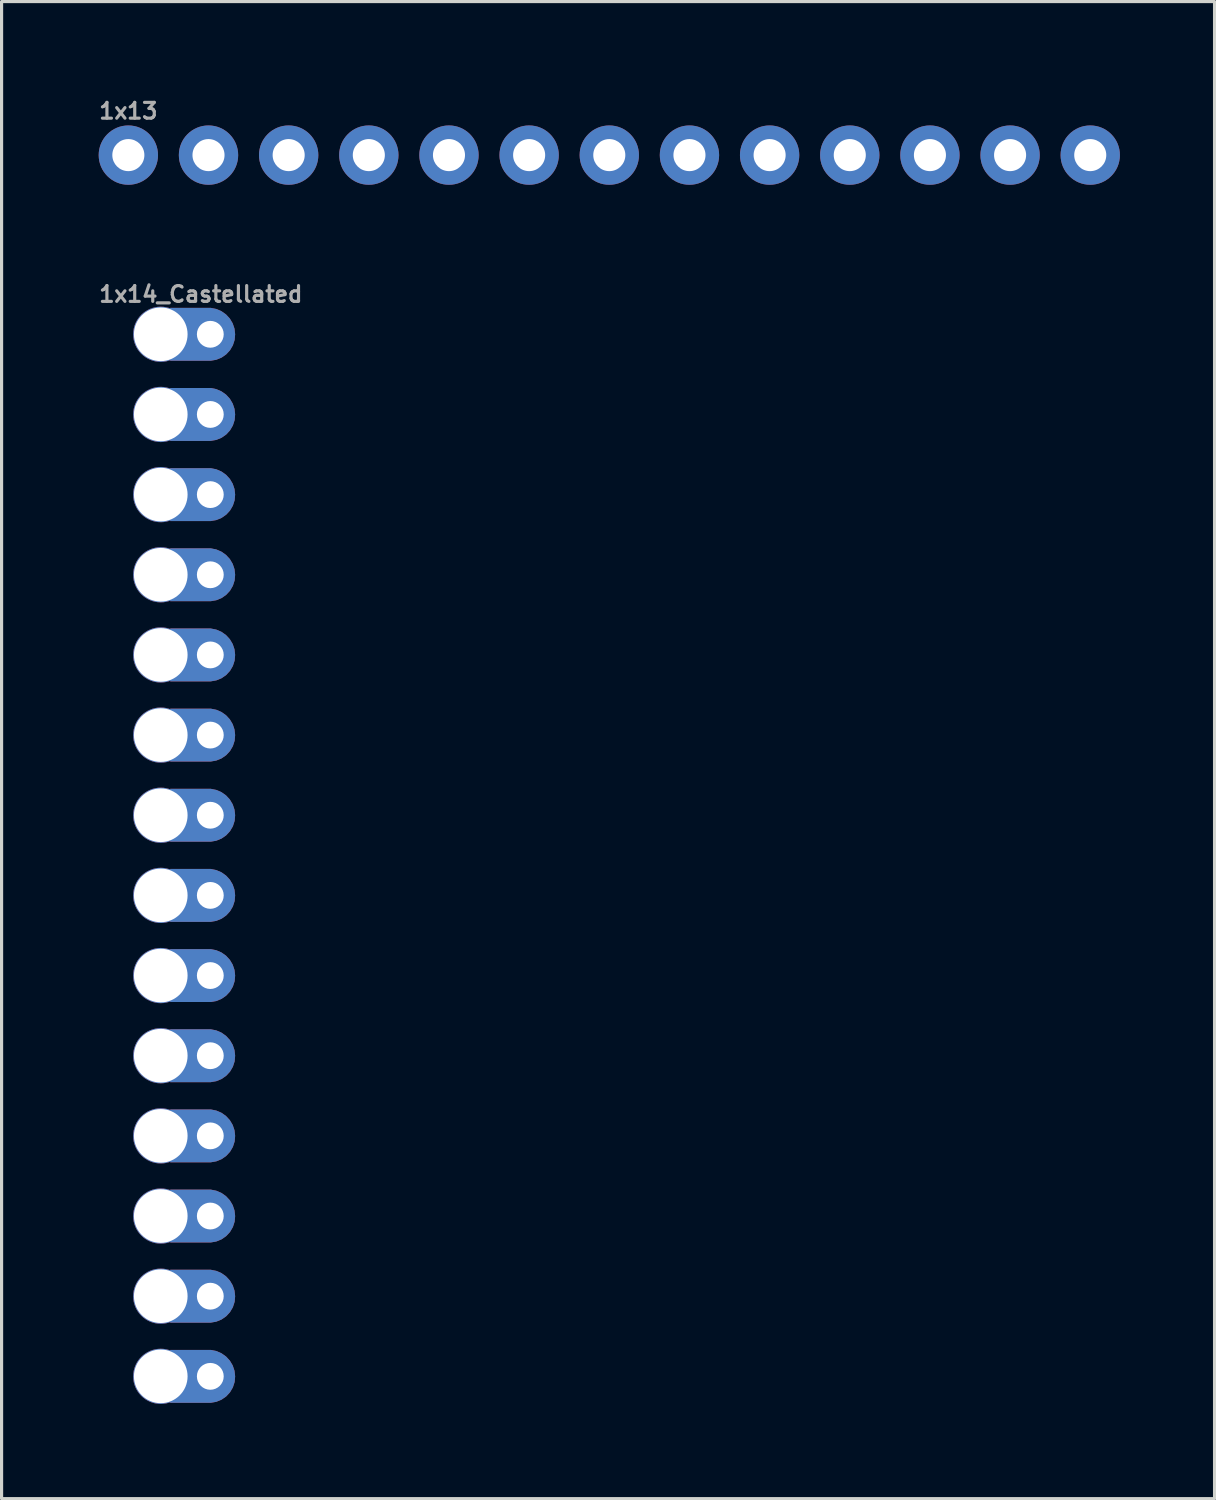
<source format=kicad_pcb>
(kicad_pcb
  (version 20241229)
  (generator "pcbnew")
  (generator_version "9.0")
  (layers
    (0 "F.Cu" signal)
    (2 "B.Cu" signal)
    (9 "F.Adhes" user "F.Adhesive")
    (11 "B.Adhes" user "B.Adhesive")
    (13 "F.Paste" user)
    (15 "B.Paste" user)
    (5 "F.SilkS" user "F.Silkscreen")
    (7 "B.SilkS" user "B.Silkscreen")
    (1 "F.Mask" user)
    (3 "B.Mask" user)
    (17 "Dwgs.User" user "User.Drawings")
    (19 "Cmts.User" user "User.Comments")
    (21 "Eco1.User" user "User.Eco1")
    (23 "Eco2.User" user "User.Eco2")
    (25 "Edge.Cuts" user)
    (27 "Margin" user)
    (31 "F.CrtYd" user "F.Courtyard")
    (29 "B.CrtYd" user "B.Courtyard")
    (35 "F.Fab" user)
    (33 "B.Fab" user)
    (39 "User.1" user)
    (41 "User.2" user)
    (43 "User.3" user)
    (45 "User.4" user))
  (footprint "1x14_Castellated"
    (layer "F.Cu")
    (at 3.314 40.563)
    (property "Reference" "1x14_Castellated" (at 0 -34.29 180) (layer "F.Fab") (effects (font (size 0.5 0.5) (thickness 0.1))))
    (fp_poly (pts (xy 0.554 -32.766) (xy 0.554 -33.274) (xy 0.046 -33.274) (xy 0.046 -32.766)) (stroke (width 0.1) (type default)) (fill no) (layer "F.Fab"))
    (fp_poly (pts (xy 0.554 -30.226) (xy 0.554 -30.734) (xy 0.046 -30.734) (xy 0.046 -30.226)) (stroke (width 0.1) (type default)) (fill no) (layer "F.Fab"))
    (fp_poly (pts (xy 0.554 -27.686) (xy 0.554 -28.194) (xy 0.046 -28.194) (xy 0.046 -27.686)) (stroke (width 0.1) (type default)) (fill no) (layer "F.Fab"))
    (fp_poly (pts (xy 0.554 -25.146) (xy 0.554 -25.654) (xy 0.046 -25.654) (xy 0.046 -25.146)) (stroke (width 0.1) (type default)) (fill no) (layer "F.Fab"))
    (fp_poly (pts (xy 0.554 -22.606) (xy 0.554 -23.114) (xy 0.046 -23.114) (xy 0.046 -22.606)) (stroke (width 0.1) (type default)) (fill no) (layer "F.Fab"))
    (fp_poly (pts (xy 0.554 -20.066) (xy 0.554 -20.574) (xy 0.046 -20.574) (xy 0.046 -20.066)) (stroke (width 0.1) (type default)) (fill no) (layer "F.Fab"))
    (fp_poly (pts (xy 0.554 -17.526) (xy 0.554 -18.034) (xy 0.046 -18.034) (xy 0.046 -17.526)) (stroke (width 0.1) (type default)) (fill no) (layer "F.Fab"))
    (fp_poly (pts (xy 0.554 -14.986) (xy 0.554 -15.494) (xy 0.046 -15.494) (xy 0.046 -14.986)) (stroke (width 0.1) (type default)) (fill no) (layer "F.Fab"))
    (fp_poly (pts (xy 0.554 -12.446) (xy 0.554 -12.954) (xy 0.046 -12.954) (xy 0.046 -12.446)) (stroke (width 0.1) (type default)) (fill no) (layer "F.Fab"))
    (fp_poly (pts (xy 0.554 -9.906) (xy 0.554 -10.414) (xy 0.046 -10.414) (xy 0.046 -9.906)) (stroke (width 0.1) (type default)) (fill no) (layer "F.Fab"))
    (fp_poly (pts (xy 0.554 -7.366) (xy 0.554 -7.874) (xy 0.046 -7.874) (xy 0.046 -7.366)) (stroke (width 0.1) (type default)) (fill no) (layer "F.Fab"))
    (fp_poly (pts (xy 0.554 -4.826) (xy 0.554 -5.334) (xy 0.046 -5.334) (xy 0.046 -4.826)) (stroke (width 0.1) (type default)) (fill no) (layer "F.Fab"))
    (fp_poly (pts (xy 0.554 -2.286) (xy 0.554 -2.794) (xy 0.046 -2.794) (xy 0.046 -2.286)) (stroke (width 0.1) (type default)) (fill no) (layer "F.Fab"))
    (fp_poly (pts (xy 0.554 0.254) (xy 0.554 -0.254) (xy 0.046 -0.254) (xy 0.046 0.254)) (stroke (width 0.1) (type default)) (fill no) (layer "F.Fab"))
    (pad "1" thru_hole custom (at 0.3 0 180) (size 1.016 1.016) (drill 0.85) (layers "*.Cu" "*.Mask") (options (anchor circle)) (primitives (gr_poly (pts (xy -0.189 0.803) (xy -0.352 0.733) (xy -0.498 0.63) (xy -0.619 0.499) (xy -0.71 0.346) (xy -0.767 0.177) (xy -0.787 0.001) (xy -0.787 -0.001) (xy -0.771 -0.179) (xy -0.716 -0.349) (xy -0.625 -0.505) (xy -0.504 -0.636) (xy -0.356 -0.739) (xy -0.19 -0.807) (xy -0.014 -0.838) (xy 1.27 -0.838) (xy 1.27 0.838) (xy -0.014 0.838)) (width 0) (fill yes))))
    (pad "1B" thru_hole circle (at -1.27 0) (size 1.75 1.75) (drill 1.7) (layers "*.Cu" "*.Mask"))
    (pad "2" thru_hole custom (at 0.3 -2.54 180) (size 1.016 1.016) (drill 0.85) (layers "*.Cu" "*.Mask") (options (anchor circle)) (primitives (gr_poly (pts (xy -0.189 0.803) (xy -0.352 0.733) (xy -0.498 0.63) (xy -0.619 0.499) (xy -0.71 0.346) (xy -0.767 0.177) (xy -0.787 0.001) (xy -0.787 -0.001) (xy -0.771 -0.179) (xy -0.716 -0.349) (xy -0.625 -0.505) (xy -0.504 -0.636) (xy -0.356 -0.739) (xy -0.19 -0.807) (xy -0.014 -0.838) (xy 1.27 -0.838) (xy 1.27 0.838) (xy -0.014 0.838)) (width 0) (fill yes))))
    (pad "2B" thru_hole circle (at -1.27 -2.54) (size 1.75 1.75) (drill 1.7) (layers "*.Cu" "*.Mask"))
    (pad "3" thru_hole custom (at 0.3 -5.08 180) (size 1.016 1.016) (drill 0.85) (layers "*.Cu" "*.Mask") (options (anchor circle)) (primitives (gr_poly (pts (xy -0.189 0.803) (xy -0.352 0.733) (xy -0.498 0.63) (xy -0.619 0.499) (xy -0.71 0.346) (xy -0.767 0.177) (xy -0.787 0.001) (xy -0.787 -0.001) (xy -0.771 -0.179) (xy -0.716 -0.349) (xy -0.625 -0.505) (xy -0.504 -0.636) (xy -0.356 -0.739) (xy -0.19 -0.807) (xy -0.014 -0.838) (xy 1.27 -0.838) (xy 1.27 0.838) (xy -0.014 0.838)) (width 0) (fill yes))))
    (pad "3B" thru_hole circle (at -1.27 -5.08) (size 1.75 1.75) (drill 1.7) (layers "*.Cu" "*.Mask"))
    (pad "4" thru_hole custom (at 0.3 -7.62 180) (size 1.016 1.016) (drill 0.85) (layers "*.Cu" "*.Mask") (options (anchor circle)) (primitives (gr_poly (pts (xy -0.189 0.803) (xy -0.352 0.733) (xy -0.498 0.63) (xy -0.619 0.499) (xy -0.71 0.346) (xy -0.767 0.177) (xy -0.787 0.001) (xy -0.787 -0.001) (xy -0.771 -0.179) (xy -0.716 -0.349) (xy -0.625 -0.505) (xy -0.504 -0.636) (xy -0.356 -0.739) (xy -0.19 -0.807) (xy -0.014 -0.838) (xy 1.27 -0.838) (xy 1.27 0.838) (xy -0.014 0.838)) (width 0) (fill yes))))
    (pad "4B" thru_hole circle (at -1.27 -7.62) (size 1.75 1.75) (drill 1.7) (layers "*.Cu" "*.Mask"))
    (pad "5" thru_hole custom (at 0.3 -10.16 180) (size 1.016 1.016) (drill 0.85) (layers "*.Cu" "*.Mask") (options (anchor circle)) (primitives (gr_poly (pts (xy -0.189 0.803) (xy -0.352 0.733) (xy -0.498 0.63) (xy -0.619 0.499) (xy -0.71 0.346) (xy -0.767 0.177) (xy -0.787 0.001) (xy -0.787 -0.001) (xy -0.771 -0.179) (xy -0.716 -0.349) (xy -0.625 -0.505) (xy -0.504 -0.636) (xy -0.356 -0.739) (xy -0.19 -0.807) (xy -0.014 -0.838) (xy 1.27 -0.838) (xy 1.27 0.838) (xy -0.014 0.838)) (width 0) (fill yes))))
    (pad "5B" thru_hole circle (at -1.27 -10.16) (size 1.75 1.75) (drill 1.7) (layers "*.Cu" "*.Mask"))
    (pad "6" thru_hole custom (at 0.3 -12.7 180) (size 1.016 1.016) (drill 0.85) (layers "*.Cu" "*.Mask") (options (anchor circle)) (primitives (gr_poly (pts (xy -0.189 0.803) (xy -0.352 0.733) (xy -0.498 0.63) (xy -0.619 0.499) (xy -0.71 0.346) (xy -0.767 0.177) (xy -0.787 0.001) (xy -0.787 -0.001) (xy -0.771 -0.179) (xy -0.716 -0.349) (xy -0.625 -0.505) (xy -0.504 -0.636) (xy -0.356 -0.739) (xy -0.19 -0.807) (xy -0.014 -0.838) (xy 1.27 -0.838) (xy 1.27 0.838) (xy -0.014 0.838)) (width 0) (fill yes))))
    (pad "6B" thru_hole circle (at -1.27 -12.7) (size 1.75 1.75) (drill 1.7) (layers "*.Cu" "*.Mask"))
    (pad "7" thru_hole custom (at 0.3 -15.24 180) (size 1.016 1.016) (drill 0.85) (layers "*.Cu" "*.Mask") (options (anchor circle)) (primitives (gr_poly (pts (xy -0.189 0.803) (xy -0.352 0.733) (xy -0.498 0.63) (xy -0.619 0.499) (xy -0.71 0.346) (xy -0.767 0.177) (xy -0.787 0.001) (xy -0.787 -0.001) (xy -0.771 -0.179) (xy -0.716 -0.349) (xy -0.625 -0.505) (xy -0.504 -0.636) (xy -0.356 -0.739) (xy -0.19 -0.807) (xy -0.014 -0.838) (xy 1.27 -0.838) (xy 1.27 0.838) (xy -0.014 0.838)) (width 0) (fill yes))))
    (pad "7B" thru_hole circle (at -1.27 -15.24) (size 1.75 1.75) (drill 1.7) (layers "*.Cu" "*.Mask"))
    (pad "8" thru_hole custom (at 0.3 -17.78 180) (size 1.016 1.016) (drill 0.85) (layers "*.Cu" "*.Mask") (options (anchor circle)) (primitives (gr_poly (pts (xy -0.189 0.803) (xy -0.352 0.733) (xy -0.498 0.63) (xy -0.619 0.499) (xy -0.71 0.346) (xy -0.767 0.177) (xy -0.787 0.001) (xy -0.787 -0.001) (xy -0.771 -0.179) (xy -0.716 -0.349) (xy -0.625 -0.505) (xy -0.504 -0.636) (xy -0.356 -0.739) (xy -0.19 -0.807) (xy -0.014 -0.838) (xy 1.27 -0.838) (xy 1.27 0.838) (xy -0.014 0.838)) (width 0) (fill yes))))
    (pad "8B" thru_hole circle (at -1.27 -17.78) (size 1.75 1.75) (drill 1.7) (layers "*.Cu" "*.Mask"))
    (pad "9" thru_hole custom (at 0.3 -20.32 180) (size 1.016 1.016) (drill 0.85) (layers "*.Cu" "*.Mask") (options (anchor circle)) (primitives (gr_poly (pts (xy -0.189 0.803) (xy -0.352 0.733) (xy -0.498 0.63) (xy -0.619 0.499) (xy -0.71 0.346) (xy -0.767 0.177) (xy -0.787 0.001) (xy -0.787 -0.001) (xy -0.771 -0.179) (xy -0.716 -0.349) (xy -0.625 -0.505) (xy -0.504 -0.636) (xy -0.356 -0.739) (xy -0.19 -0.807) (xy -0.014 -0.838) (xy 1.27 -0.838) (xy 1.27 0.838) (xy -0.014 0.838)) (width 0) (fill yes))))
    (pad "9B" thru_hole circle (at -1.27 -20.32) (size 1.75 1.75) (drill 1.7) (layers "*.Cu" "*.Mask"))
    (pad "10" thru_hole custom (at 0.3 -22.86 180) (size 1.016 1.016) (drill 0.85) (layers "*.Cu" "*.Mask") (options (anchor circle)) (primitives (gr_poly (pts (xy -0.189 0.803) (xy -0.352 0.733) (xy -0.498 0.63) (xy -0.619 0.499) (xy -0.71 0.346) (xy -0.767 0.177) (xy -0.787 0.001) (xy -0.787 -0.001) (xy -0.771 -0.179) (xy -0.716 -0.349) (xy -0.625 -0.505) (xy -0.504 -0.636) (xy -0.356 -0.739) (xy -0.19 -0.807) (xy -0.014 -0.838) (xy 1.27 -0.838) (xy 1.27 0.838) (xy -0.014 0.838)) (width 0) (fill yes))))
    (pad "10B" thru_hole circle (at -1.27 -22.86) (size 1.75 1.75) (drill 1.7) (layers "*.Cu" "*.Mask"))
    (pad "11" thru_hole custom (at 0.3 -25.4 180) (size 1.016 1.016) (drill 0.85) (layers "*.Cu" "*.Mask") (options (anchor circle)) (primitives (gr_poly (pts (xy -0.189 0.803) (xy -0.352 0.733) (xy -0.498 0.63) (xy -0.619 0.499) (xy -0.71 0.346) (xy -0.767 0.177) (xy -0.787 0.001) (xy -0.787 -0.001) (xy -0.771 -0.179) (xy -0.716 -0.349) (xy -0.625 -0.505) (xy -0.504 -0.636) (xy -0.356 -0.739) (xy -0.19 -0.807) (xy -0.014 -0.838) (xy 1.27 -0.838) (xy 1.27 0.838) (xy -0.014 0.838)) (width 0) (fill yes))))
    (pad "11B" thru_hole circle (at -1.27 -25.4) (size 1.75 1.75) (drill 1.7) (layers "*.Cu" "*.Mask"))
    (pad "12" thru_hole custom (at 0.3 -27.94 180) (size 1.016 1.016) (drill 0.85) (layers "*.Cu" "*.Mask") (options (anchor circle)) (primitives (gr_poly (pts (xy -0.189 0.803) (xy -0.352 0.733) (xy -0.498 0.63) (xy -0.619 0.499) (xy -0.71 0.346) (xy -0.767 0.177) (xy -0.787 0.001) (xy -0.787 -0.001) (xy -0.771 -0.179) (xy -0.716 -0.349) (xy -0.625 -0.505) (xy -0.504 -0.636) (xy -0.356 -0.739) (xy -0.19 -0.807) (xy -0.014 -0.838) (xy 1.27 -0.838) (xy 1.27 0.838) (xy -0.014 0.838)) (width 0) (fill yes))))
    (pad "12B" thru_hole circle (at -1.27 -27.94) (size 1.75 1.75) (drill 1.7) (layers "*.Cu" "*.Mask"))
    (pad "13" thru_hole custom (at 0.3 -30.48 180) (size 1.016 1.016) (drill 0.85) (layers "*.Cu" "*.Mask") (options (anchor circle)) (primitives (gr_poly (pts (xy -0.189 0.803) (xy -0.352 0.733) (xy -0.498 0.63) (xy -0.619 0.499) (xy -0.71 0.346) (xy -0.767 0.177) (xy -0.787 0.001) (xy -0.787 -0.001) (xy -0.771 -0.179) (xy -0.716 -0.349) (xy -0.625 -0.505) (xy -0.504 -0.636) (xy -0.356 -0.739) (xy -0.19 -0.807) (xy -0.014 -0.838) (xy 1.27 -0.838) (xy 1.27 0.838) (xy -0.014 0.838)) (width 0) (fill yes))))
    (pad "13B" thru_hole circle (at -1.27 -30.48) (size 1.75 1.75) (drill 1.7) (layers "*.Cu" "*.Mask"))
    (pad "14" thru_hole custom (at 0.3 -33.02 180) (size 1.016 1.016) (drill 0.85) (layers "*.Cu" "*.Mask") (options (anchor circle)) (primitives (gr_poly (pts (xy -0.189 0.803) (xy -0.352 0.733) (xy -0.498 0.63) (xy -0.619 0.499) (xy -0.71 0.346) (xy -0.767 0.177) (xy -0.787 0.001) (xy -0.787 -0.001) (xy -0.771 -0.179) (xy -0.716 -0.349) (xy -0.625 -0.505) (xy -0.504 -0.636) (xy -0.356 -0.739) (xy -0.19 -0.807) (xy -0.014 -0.838) (xy 1.27 -0.838) (xy 1.27 0.838) (xy -0.014 0.838)) (width 0) (fill yes))))
    (pad "14B" thru_hole circle (at -1.27 -33.02) (size 1.75 1.75) (drill 1.7) (layers "*.Cu" "*.Mask")))
  (footprint "1x13"
    (layer "F.Cu")
    (at 1.017 1.865)
    (property "Reference" "1x13" (at 0 -1.397 0) (layer "F.Fab") (effects (font (size 0.5 0.5) (thickness 0.1))))
    (fp_poly (pts (xy -0.254 0.254) (xy 0.254 0.254) (xy 0.254 -0.254) (xy -0.254 -0.254)) (stroke (width 0.1) (type default)) (fill no) (layer "F.Fab"))
    (fp_poly (pts (xy 2.286 0.254) (xy 2.794 0.254) (xy 2.794 -0.254) (xy 2.286 -0.254)) (stroke (width 0.1) (type default)) (fill no) (layer "F.Fab"))
    (fp_poly (pts (xy 4.826 0.254) (xy 5.334 0.254) (xy 5.334 -0.254) (xy 4.826 -0.254)) (stroke (width 0.1) (type default)) (fill no) (layer "F.Fab"))
    (fp_poly (pts (xy 7.366 0.254) (xy 7.874 0.254) (xy 7.874 -0.254) (xy 7.366 -0.254)) (stroke (width 0.1) (type default)) (fill no) (layer "F.Fab"))
    (fp_poly (pts (xy 9.906 0.254) (xy 10.414 0.254) (xy 10.414 -0.254) (xy 9.906 -0.254)) (stroke (width 0.1) (type default)) (fill no) (layer "F.Fab"))
    (fp_poly (pts (xy 12.446 0.254) (xy 12.954 0.254) (xy 12.954 -0.254) (xy 12.446 -0.254)) (stroke (width 0.1) (type default)) (fill no) (layer "F.Fab"))
    (fp_poly (pts (xy 14.986 0.254) (xy 15.494 0.254) (xy 15.494 -0.254) (xy 14.986 -0.254)) (stroke (width 0.1) (type default)) (fill no) (layer "F.Fab"))
    (fp_poly (pts (xy 17.526 0.254) (xy 18.034 0.254) (xy 18.034 -0.254) (xy 17.526 -0.254)) (stroke (width 0.1) (type default)) (fill no) (layer "F.Fab"))
    (fp_poly (pts (xy 20.066 0.254) (xy 20.574 0.254) (xy 20.574 -0.254) (xy 20.066 -0.254)) (stroke (width 0.1) (type default)) (fill no) (layer "F.Fab"))
    (fp_poly (pts (xy 22.606 0.254) (xy 23.114 0.254) (xy 23.114 -0.254) (xy 22.606 -0.254)) (stroke (width 0.1) (type default)) (fill no) (layer "F.Fab"))
    (fp_poly (pts (xy 25.146 0.254) (xy 25.654 0.254) (xy 25.654 -0.254) (xy 25.146 -0.254)) (stroke (width 0.1) (type default)) (fill no) (layer "F.Fab"))
    (fp_poly (pts (xy 27.686 0.254) (xy 28.194 0.254) (xy 28.194 -0.254) (xy 27.686 -0.254)) (stroke (width 0.1) (type default)) (fill no) (layer "F.Fab"))
    (fp_poly (pts (xy 30.226 0.254) (xy 30.734 0.254) (xy 30.734 -0.254) (xy 30.226 -0.254)) (stroke (width 0.1) (type default)) (fill no) (layer "F.Fab"))
    (pad "1" thru_hole circle (at 0 0 90) (size 1.88 1.88) (drill 1.016) (layers "*.Cu" "*.Mask"))
    (pad "2" thru_hole circle (at 2.54 0 90) (size 1.88 1.88) (drill 1.016) (layers "*.Cu" "*.Mask"))
    (pad "3" thru_hole circle (at 5.08 0 90) (size 1.88 1.88) (drill 1.016) (layers "*.Cu" "*.Mask"))
    (pad "4" thru_hole circle (at 7.62 0 90) (size 1.88 1.88) (drill 1.016) (layers "*.Cu" "*.Mask"))
    (pad "5" thru_hole circle (at 10.16 0 90) (size 1.88 1.88) (drill 1.016) (layers "*.Cu" "*.Mask"))
    (pad "6" thru_hole circle (at 12.7 0 90) (size 1.88 1.88) (drill 1.016) (layers "*.Cu" "*.Mask"))
    (pad "7" thru_hole circle (at 15.24 0 90) (size 1.88 1.88) (drill 1.016) (layers "*.Cu" "*.Mask"))
    (pad "8" thru_hole circle (at 17.78 0 90) (size 1.88 1.88) (drill 1.016) (layers "*.Cu" "*.Mask"))
    (pad "9" thru_hole circle (at 20.32 0 90) (size 1.88 1.88) (drill 1.016) (layers "*.Cu" "*.Mask"))
    (pad "10" thru_hole circle (at 22.86 0 90) (size 1.88 1.88) (drill 1.016) (layers "*.Cu" "*.Mask"))
    (pad "11" thru_hole circle (at 25.4 0 90) (size 1.88 1.88) (drill 1.016) (layers "*.Cu" "*.Mask"))
    (pad "12" thru_hole circle (at 27.94 0 90) (size 1.88 1.88) (drill 1.016) (layers "*.Cu" "*.Mask"))
    (pad "13" thru_hole circle (at 30.48 0 90) (size 1.88 1.88) (drill 1.016) (layers "*.Cu" "*.Mask")))
  (gr_rect
    (start -3 -3)
    (end 35.436 44.438)
    (stroke (width 0.1) (type default))
    (fill no)
    (layer "Edge.Cuts")))
</source>
